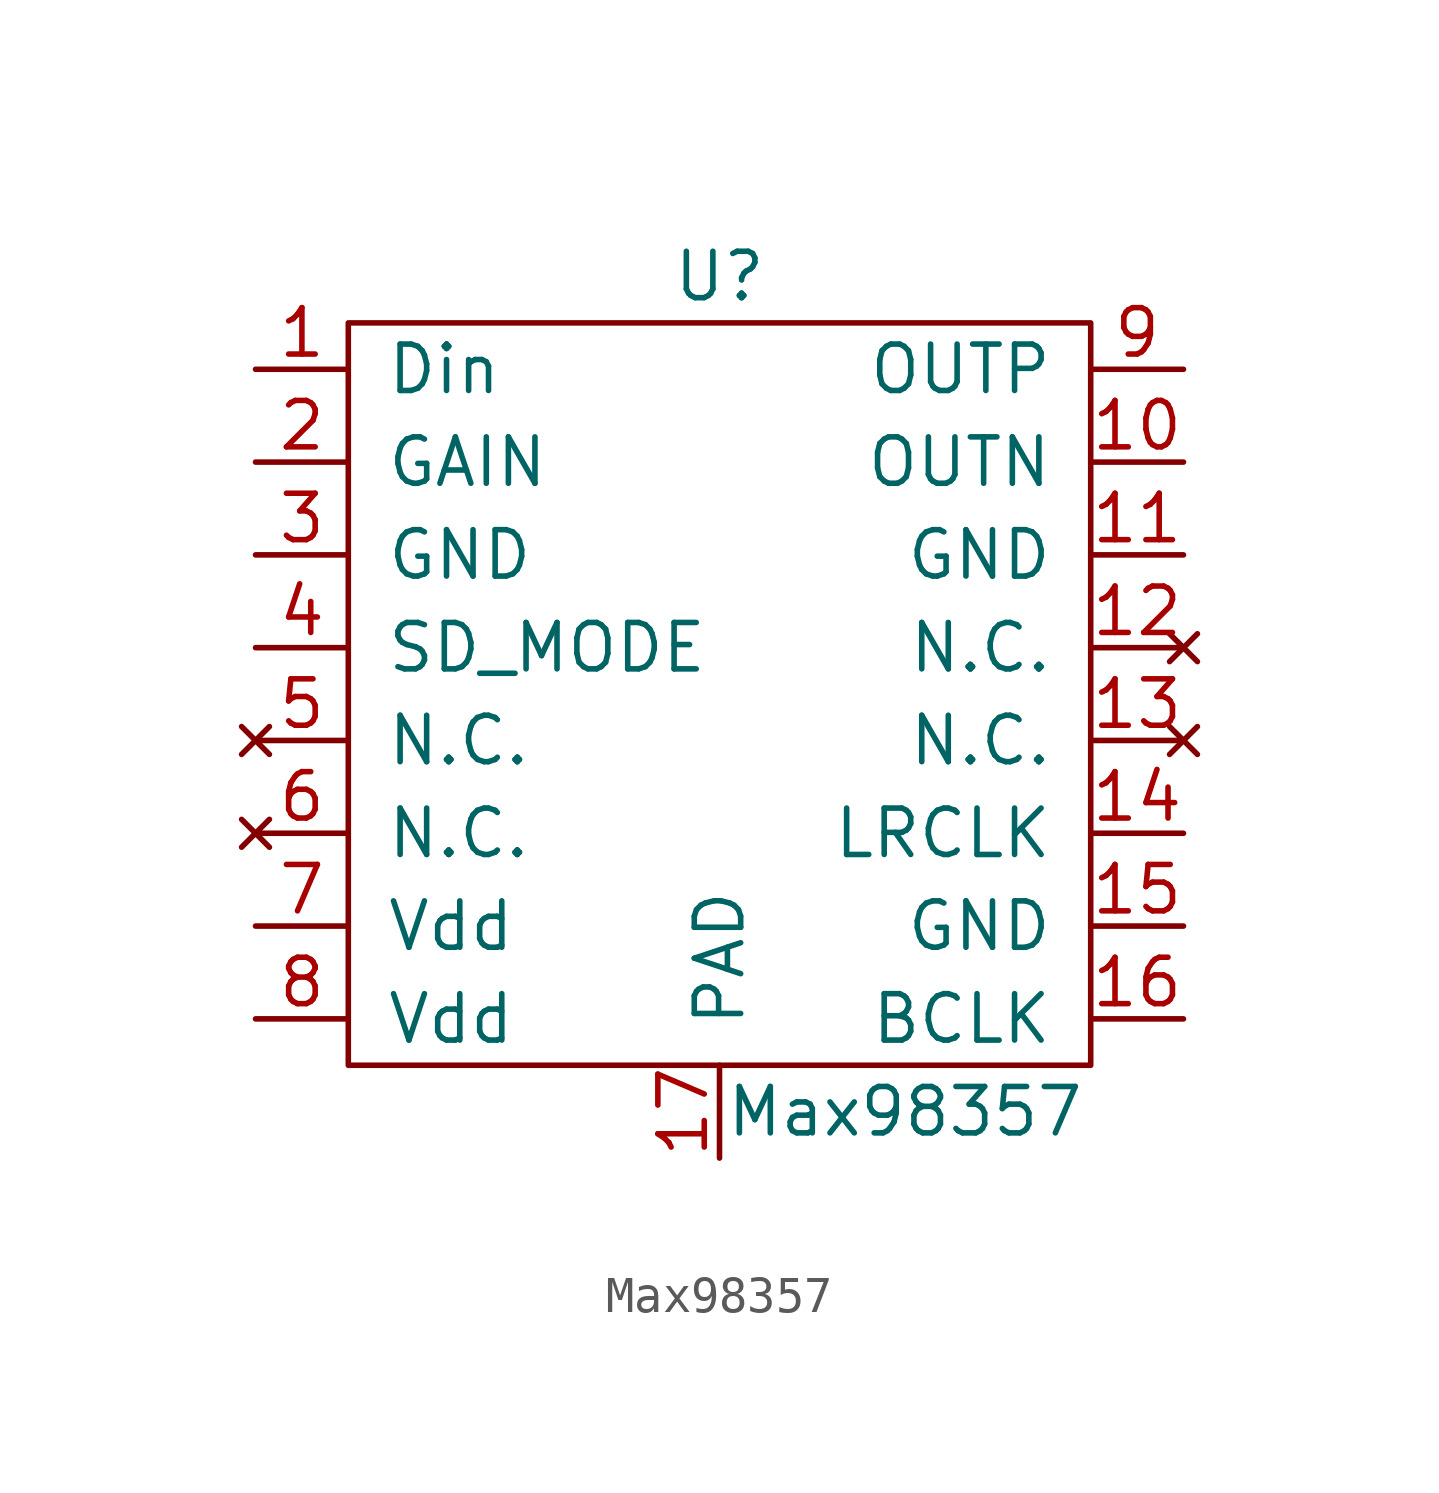
<source format=kicad_sym>
(kicad_symbol_lib
  (version 20211014)
  (generator kicad_symbol_editor)
  (symbol "Max98357"
    (pin_names
      (offset 1.016))
    (property "Reference" "U"
      (at 0 10.16 0)
      (effects (font (size 1.27 1.27))))
    (property "Value" "Max98357"
      (at 5.08 -12.7 0)
      (effects (font (size 1.27 1.27))))
    (symbol "Max98357_0_1"
      (rectangle (start -10.16 8.89) (end 10.16 -11.43) (stroke (width 0) (type default) (color 0 0 0 0)) (fill (type none))))
    (symbol "Max98357_1_1"
      (pin input line (at -12.7 7.62 0) (length 2.54) (name "Din" (effects (font (size 1.27 1.27)))) (number "1" (effects (font (size 1.27 1.27)))))
      (pin power_out line (at 12.7 5.08 180) (length 2.54) (name "OUTN" (effects (font (size 1.27 1.27)))) (number "10" (effects (font (size 1.27 1.27)))))
      (pin power_in line (at 12.7 2.54 180) (length 2.54) (name "GND" (effects (font (size 1.27 1.27)))) (number "11" (effects (font (size 1.27 1.27)))))
      (pin no_connect line (at 12.7 0 180) (length 2.54) (name "N.C." (effects (font (size 1.27 1.27)))) (number "12" (effects (font (size 1.27 1.27)))))
      (pin no_connect line (at 12.7 -2.54 180) (length 2.54) (name "N.C." (effects (font (size 1.27 1.27)))) (number "13" (effects (font (size 1.27 1.27)))))
      (pin input line (at 12.7 -5.08 180) (length 2.54) (name "LRCLK" (effects (font (size 1.27 1.27)))) (number "14" (effects (font (size 1.27 1.27)))))
      (pin power_in line (at 12.7 -7.62 180) (length 2.54) (name "GND" (effects (font (size 1.27 1.27)))) (number "15" (effects (font (size 1.27 1.27)))))
      (pin input line (at 12.7 -10.16 180) (length 2.54) (name "BCLK" (effects (font (size 1.27 1.27)))) (number "16" (effects (font (size 1.27 1.27)))))
      (pin power_in line (at 0 -13.97 90) (length 2.54) (name "PAD" (effects (font (size 1.27 1.27)))) (number "17" (effects (font (size 1.27 1.27)))))
      (pin input line (at -12.7 5.08 0) (length 2.54) (name "GAIN" (effects (font (size 1.27 1.27)))) (number "2" (effects (font (size 1.27 1.27)))))
      (pin input line (at -12.7 2.54 0) (length 2.54) (name "GND" (effects (font (size 1.27 1.27)))) (number "3" (effects (font (size 1.27 1.27)))))
      (pin input line (at -12.7 0 0) (length 2.54) (name "SD_MODE" (effects (font (size 1.27 1.27)))) (number "4" (effects (font (size 1.27 1.27)))))
      (pin no_connect line (at -12.7 -2.54 0) (length 2.54) (name "N.C." (effects (font (size 1.27 1.27)))) (number "5" (effects (font (size 1.27 1.27)))))
      (pin no_connect line (at -12.7 -5.08 0) (length 2.54) (name "N.C." (effects (font (size 1.27 1.27)))) (number "6" (effects (font (size 1.27 1.27)))))
      (pin power_in line (at -12.7 -7.62 0) (length 2.54) (name "Vdd" (effects (font (size 1.27 1.27)))) (number "7" (effects (font (size 1.27 1.27)))))
      (pin power_in line (at -12.7 -10.16 0) (length 2.54) (name "Vdd" (effects (font (size 1.27 1.27)))) (number "8" (effects (font (size 1.27 1.27)))))
      (pin power_out line (at 12.7 7.62 180) (length 2.54) (name "OUTP" (effects (font (size 1.27 1.27)))) (number "9" (effects (font (size 1.27 1.27))))))))
</source>
